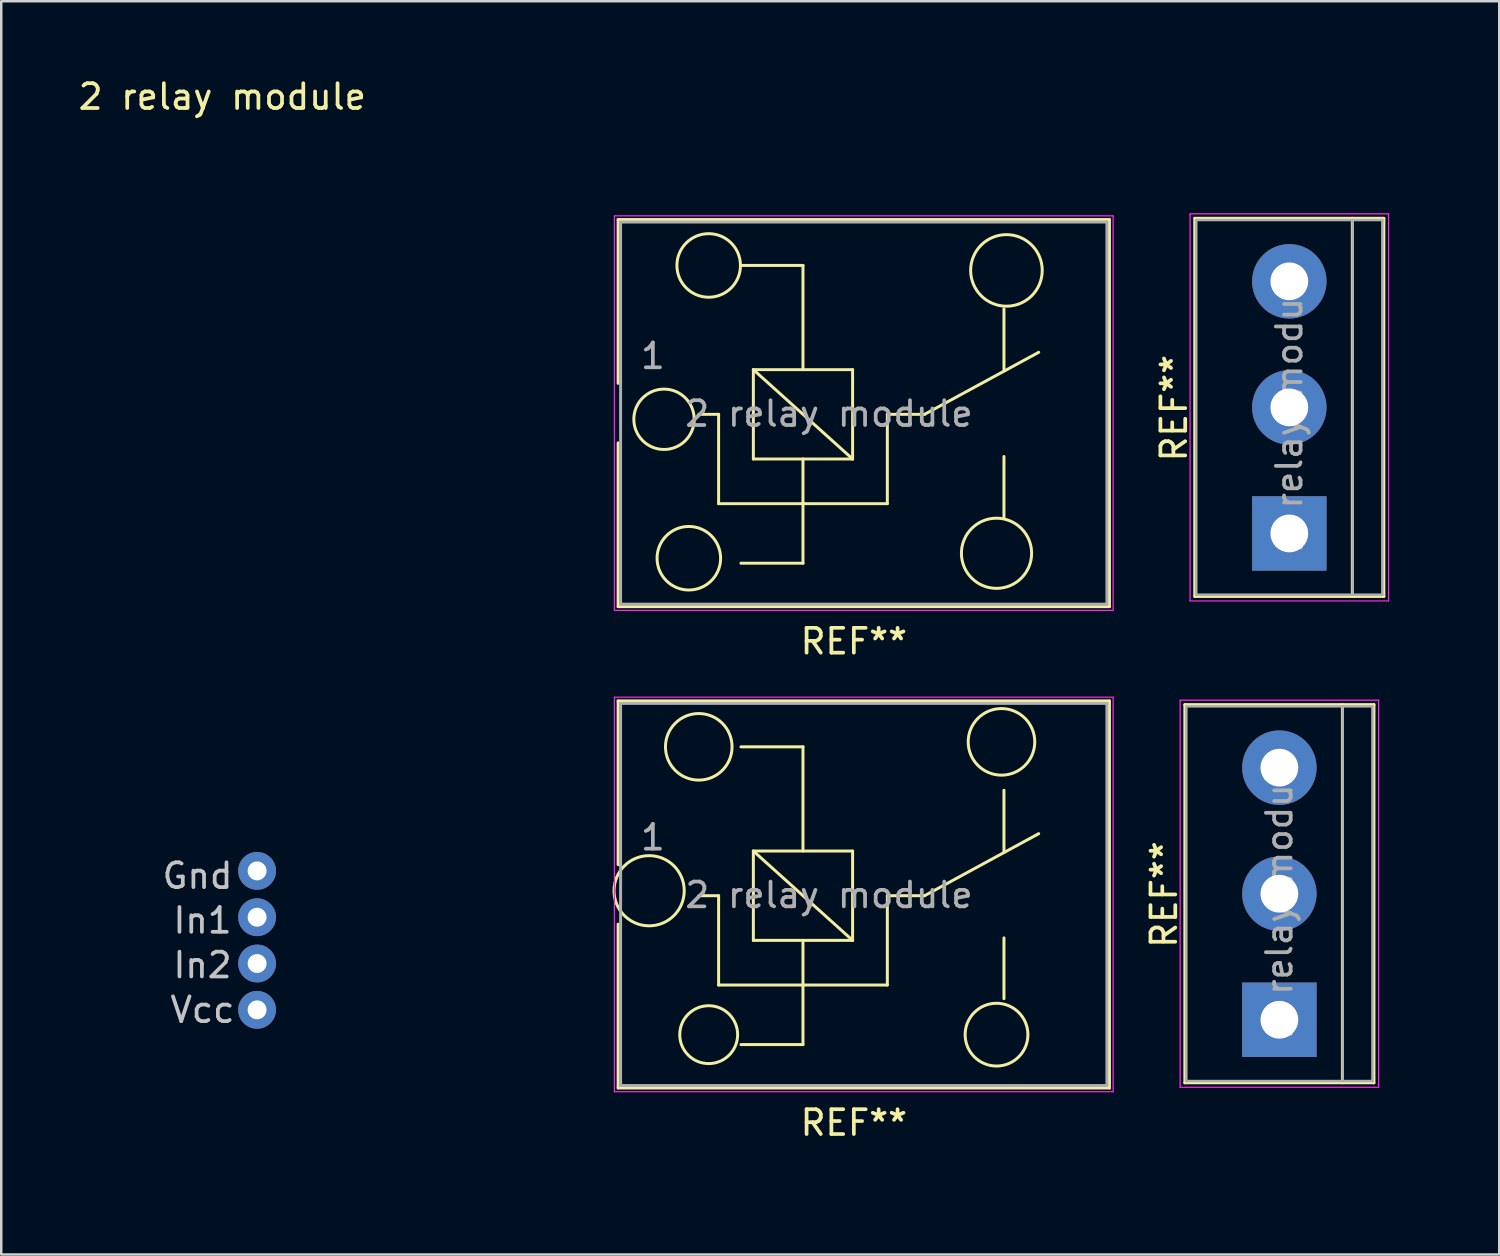
<source format=kicad_pcb>
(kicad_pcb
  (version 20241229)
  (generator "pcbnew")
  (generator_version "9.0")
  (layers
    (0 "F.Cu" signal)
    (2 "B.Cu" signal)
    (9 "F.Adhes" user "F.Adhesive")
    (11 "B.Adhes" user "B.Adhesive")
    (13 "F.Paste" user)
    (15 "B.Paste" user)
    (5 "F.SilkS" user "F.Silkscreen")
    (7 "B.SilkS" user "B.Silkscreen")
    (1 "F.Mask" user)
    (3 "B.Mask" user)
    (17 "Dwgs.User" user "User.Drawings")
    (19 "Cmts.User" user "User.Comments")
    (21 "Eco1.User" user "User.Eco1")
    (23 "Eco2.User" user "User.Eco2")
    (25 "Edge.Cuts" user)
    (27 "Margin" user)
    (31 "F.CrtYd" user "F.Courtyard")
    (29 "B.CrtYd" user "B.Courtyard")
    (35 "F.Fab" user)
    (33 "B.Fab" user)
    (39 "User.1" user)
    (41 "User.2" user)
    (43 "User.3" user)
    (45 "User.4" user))
  (footprint "2 relay module"
    (layer "F.Cu")
    (at 3.311 3.448)
    (property "Reference" "2 relay module" (at 2.6 -2.6 0) (layer "F.SilkS") (effects (font (size 1 1) (thickness 0.15))))
    (attr through_hole)
    (fp_line (start 18.55 2.35) (end 18.55 8.95) (stroke (width 0.12) (type solid)) (layer "F.SilkS"))
    (fp_line (start 18.55 2.35) (end 38.35 2.35) (stroke (width 0.12) (type solid)) (layer "F.SilkS"))
    (fp_line (start 18.55 11.35) (end 18.55 17.95) (stroke (width 0.12) (type solid)) (layer "F.SilkS"))
    (fp_line (start 18.55 21.75) (end 18.55 28.35) (stroke (width 0.12) (type solid)) (layer "F.SilkS"))
    (fp_line (start 18.55 21.75) (end 38.35 21.75) (stroke (width 0.12) (type solid)) (layer "F.SilkS"))
    (fp_line (start 18.55 30.75) (end 18.55 37.35) (stroke (width 0.12) (type solid)) (layer "F.SilkS"))
    (fp_line (start 22.6 10.2) (end 21.8 10.2) (stroke (width 0.12) (type solid)) (layer "F.SilkS"))
    (fp_line (start 22.6 10.2) (end 22.6 13.8) (stroke (width 0.12) (type solid)) (layer "F.SilkS"))
    (fp_line (start 22.6 29.6) (end 21.8 29.6) (stroke (width 0.12) (type solid)) (layer "F.SilkS"))
    (fp_line (start 22.6 29.6) (end 22.6 33.2) (stroke (width 0.12) (type solid)) (layer "F.SilkS"))
    (fp_line (start 23.5 16.2) (end 26 16.2) (stroke (width 0.12) (type solid)) (layer "F.SilkS"))
    (fp_line (start 23.5 35.6) (end 26 35.6) (stroke (width 0.12) (type solid)) (layer "F.SilkS"))
    (fp_line (start 24 8.4) (end 28 8.4) (stroke (width 0.12) (type solid)) (layer "F.SilkS"))
    (fp_line (start 24 12) (end 24 8.4) (stroke (width 0.12) (type solid)) (layer "F.SilkS"))
    (fp_line (start 24 27.8) (end 28 27.8) (stroke (width 0.12) (type solid)) (layer "F.SilkS"))
    (fp_line (start 24 31.4) (end 24 27.8) (stroke (width 0.12) (type solid)) (layer "F.SilkS"))
    (fp_line (start 26 4.2) (end 23.5 4.2) (stroke (width 0.12) (type solid)) (layer "F.SilkS"))
    (fp_line (start 26 4.2) (end 26 8.4) (stroke (width 0.12) (type solid)) (layer "F.SilkS"))
    (fp_line (start 26 12) (end 26 16.2) (stroke (width 0.12) (type solid)) (layer "F.SilkS"))
    (fp_line (start 26 23.6) (end 23.5 23.6) (stroke (width 0.12) (type solid)) (layer "F.SilkS"))
    (fp_line (start 26 23.6) (end 26 27.8) (stroke (width 0.12) (type solid)) (layer "F.SilkS"))
    (fp_line (start 26 31.4) (end 26 35.6) (stroke (width 0.12) (type solid)) (layer "F.SilkS"))
    (fp_line (start 28 8.4) (end 28 12) (stroke (width 0.12) (type solid)) (layer "F.SilkS"))
    (fp_line (start 28 12) (end 24 8.4) (stroke (width 0.12) (type solid)) (layer "F.SilkS"))
    (fp_line (start 28 12) (end 24 12) (stroke (width 0.12) (type solid)) (layer "F.SilkS"))
    (fp_line (start 28 27.8) (end 28 31.4) (stroke (width 0.12) (type solid)) (layer "F.SilkS"))
    (fp_line (start 28 31.4) (end 24 27.8) (stroke (width 0.12) (type solid)) (layer "F.SilkS"))
    (fp_line (start 28 31.4) (end 24 31.4) (stroke (width 0.12) (type solid)) (layer "F.SilkS"))
    (fp_line (start 29.4 10.2) (end 29.4 13.8) (stroke (width 0.12) (type solid)) (layer "F.SilkS"))
    (fp_line (start 29.4 10.2) (end 30.9 10.2) (stroke (width 0.12) (type solid)) (layer "F.SilkS"))
    (fp_line (start 29.4 13.8) (end 22.6 13.8) (stroke (width 0.12) (type solid)) (layer "F.SilkS"))
    (fp_line (start 29.4 29.6) (end 29.4 33.2) (stroke (width 0.12) (type solid)) (layer "F.SilkS"))
    (fp_line (start 29.4 29.6) (end 30.9 29.6) (stroke (width 0.12) (type solid)) (layer "F.SilkS"))
    (fp_line (start 29.4 33.2) (end 22.6 33.2) (stroke (width 0.12) (type solid)) (layer "F.SilkS"))
    (fp_line (start 30.9 10.2) (end 35.5 7.7) (stroke (width 0.12) (type solid)) (layer "F.SilkS"))
    (fp_line (start 30.9 29.6) (end 35.5 27.1) (stroke (width 0.12) (type solid)) (layer "F.SilkS"))
    (fp_line (start 34.1 5.95) (end 34.1 8.45) (stroke (width 0.12) (type solid)) (layer "F.SilkS"))
    (fp_line (start 34.1 14.35) (end 34.1 11.9) (stroke (width 0.12) (type solid)) (layer "F.SilkS"))
    (fp_line (start 34.1 25.35) (end 34.1 27.85) (stroke (width 0.12) (type solid)) (layer "F.SilkS"))
    (fp_line (start 34.1 33.75) (end 34.1 31.3) (stroke (width 0.12) (type solid)) (layer "F.SilkS"))
    (fp_line (start 38.35 2.35) (end 38.35 17.95) (stroke (width 0.12) (type solid)) (layer "F.SilkS"))
    (fp_line (start 38.35 17.95) (end 18.55 17.95) (stroke (width 0.12) (type solid)) (layer "F.SilkS"))
    (fp_line (start 38.35 21.75) (end 38.35 37.35) (stroke (width 0.12) (type solid)) (layer "F.SilkS"))
    (fp_line (start 38.35 37.35) (end 18.55 37.35) (stroke (width 0.12) (type solid)) (layer "F.SilkS"))
    (fp_line (start 41.39 37.14) (end 41.39 21.9) (stroke (width 0.12) (type solid)) (layer "F.SilkS"))
    (fp_line (start 41.79 17.54) (end 41.79 2.3) (stroke (width 0.12) (type solid)) (layer "F.SilkS"))
    (fp_line (start 47.74 37.14) (end 47.74 21.9) (stroke (width 0.12) (type solid)) (layer "F.SilkS"))
    (fp_line (start 48.14 17.54) (end 48.14 2.3) (stroke (width 0.12) (type solid)) (layer "F.SilkS"))
    (fp_line (start 49.01 21.9) (end 41.39 21.9) (stroke (width 0.12) (type solid)) (layer "F.SilkS"))
    (fp_line (start 49.01 37.14) (end 41.39 37.14) (stroke (width 0.12) (type solid)) (layer "F.SilkS"))
    (fp_line (start 49.01 37.14) (end 49.01 21.9) (stroke (width 0.12) (type solid)) (layer "F.SilkS"))
    (fp_line (start 49.41 2.3) (end 41.79 2.3) (stroke (width 0.12) (type solid)) (layer "F.SilkS"))
    (fp_line (start 49.41 17.54) (end 41.79 17.54) (stroke (width 0.12) (type solid)) (layer "F.SilkS"))
    (fp_line (start 49.41 17.54) (end 49.41 2.3) (stroke (width 0.12) (type solid)) (layer "F.SilkS"))
    (fp_circle (center 19.8 29.4) (end 21.2 29.6) (stroke (width 0.12) (type solid)) (fill no) (layer "F.SilkS"))
    (fp_circle (center 20.4 10.4) (end 20.6 11.6) (stroke (width 0.12) (type solid)) (fill no) (layer "F.SilkS"))
    (fp_circle (center 21.4 16) (end 22.4 16.8) (stroke (width 0.12) (type solid)) (fill no) (layer "F.SilkS"))
    (fp_circle (center 21.8 23.6) (end 23 24.2) (stroke (width 0.12) (type solid)) (fill no) (layer "F.SilkS"))
    (fp_circle (center 22.2 4.2) (end 21.2 5) (stroke (width 0.12) (type solid)) (fill no) (layer "F.SilkS"))
    (fp_circle (center 22.2 35.2) (end 23.2 35.8) (stroke (width 0.12) (type solid)) (fill no) (layer "F.SilkS"))
    (fp_circle (center 33.8 15.8) (end 34.8 16.8) (stroke (width 0.12) (type solid)) (fill no) (layer "F.SilkS"))
    (fp_circle (center 33.8 35.2) (end 35 35.6) (stroke (width 0.12) (type solid)) (fill no) (layer "F.SilkS"))
    (fp_circle (center 34 23.4) (end 34.6 24.6) (stroke (width 0.12) (type solid)) (fill no) (layer "F.SilkS"))
    (fp_circle (center 34.2 4.4) (end 33 5.2) (stroke (width 0.12) (type solid)) (fill no) (layer "F.SilkS"))
    (fp_line (start 0 0) (end 0 41) (stroke (width 0.12) (type solid)) (layer "Eco2.User"))
    (fp_line (start 0 41) (end 51 41) (stroke (width 0.12) (type solid)) (layer "Eco2.User"))
    (fp_line (start 51 0) (end 0 0) (stroke (width 0.12) (type solid)) (layer "Eco2.User"))
    (fp_line (start 51 41) (end 51 0) (stroke (width 0.12) (type solid)) (layer "Eco2.User"))
    (fp_line (start 18.4 18.1) (end 18.4 2.2) (stroke (width 0.05) (type solid)) (layer "F.CrtYd"))
    (fp_line (start 18.4 18.1) (end 38.5 18.1) (stroke (width 0.05) (type solid)) (layer "F.CrtYd"))
    (fp_line (start 18.4 37.5) (end 18.4 21.6) (stroke (width 0.05) (type solid)) (layer "F.CrtYd"))
    (fp_line (start 18.4 37.5) (end 38.5 37.5) (stroke (width 0.05) (type solid)) (layer "F.CrtYd"))
    (fp_line (start 38.5 2.2) (end 18.4 2.2) (stroke (width 0.05) (type solid)) (layer "F.CrtYd"))
    (fp_line (start 38.5 2.2) (end 38.5 18.1) (stroke (width 0.05) (type solid)) (layer "F.CrtYd"))
    (fp_line (start 38.5 21.6) (end 18.4 21.6) (stroke (width 0.05) (type solid)) (layer "F.CrtYd"))
    (fp_line (start 38.5 21.6) (end 38.5 37.5) (stroke (width 0.05) (type solid)) (layer "F.CrtYd"))
    (fp_line (start 41.2 37.32) (end 41.2 21.72) (stroke (width 0.05) (type solid)) (layer "F.CrtYd"))
    (fp_line (start 41.2 37.32) (end 49.2 37.32) (stroke (width 0.05) (type solid)) (layer "F.CrtYd"))
    (fp_line (start 41.6 17.72) (end 41.6 2.12) (stroke (width 0.05) (type solid)) (layer "F.CrtYd"))
    (fp_line (start 41.6 17.72) (end 49.6 17.72) (stroke (width 0.05) (type solid)) (layer "F.CrtYd"))
    (fp_line (start 49.2 21.72) (end 41.2 21.72) (stroke (width 0.05) (type solid)) (layer "F.CrtYd"))
    (fp_line (start 49.2 21.72) (end 49.2 37.32) (stroke (width 0.05) (type solid)) (layer "F.CrtYd"))
    (fp_line (start 49.6 2.12) (end 41.6 2.12) (stroke (width 0.05) (type solid)) (layer "F.CrtYd"))
    (fp_line (start 49.6 2.12) (end 49.6 17.72) (stroke (width 0.05) (type solid)) (layer "F.CrtYd"))
    (fp_line (start 18.65 2.45) (end 38.25 2.45) (stroke (width 0.12) (type solid)) (layer "F.Fab"))
    (fp_line (start 18.65 17.85) (end 18.65 2.45) (stroke (width 0.12) (type solid)) (layer "F.Fab"))
    (fp_line (start 18.65 21.85) (end 38.25 21.85) (stroke (width 0.12) (type solid)) (layer "F.Fab"))
    (fp_line (start 18.65 37.25) (end 18.65 21.85) (stroke (width 0.12) (type solid)) (layer "F.Fab"))
    (fp_line (start 38.25 2.45) (end 38.25 17.85) (stroke (width 0.12) (type solid)) (layer "F.Fab"))
    (fp_line (start 38.25 17.85) (end 18.65 17.85) (stroke (width 0.12) (type solid)) (layer "F.Fab"))
    (fp_line (start 38.25 21.85) (end 38.25 37.25) (stroke (width 0.12) (type solid)) (layer "F.Fab"))
    (fp_line (start 38.25 37.25) (end 18.65 37.25) (stroke (width 0.12) (type solid)) (layer "F.Fab"))
    (fp_line (start 41.45 21.97) (end 48.95 21.97) (stroke (width 0.1) (type solid)) (layer "F.Fab"))
    (fp_line (start 41.45 37.07) (end 41.45 21.97) (stroke (width 0.1) (type solid)) (layer "F.Fab"))
    (fp_line (start 41.85 2.37) (end 49.35 2.37) (stroke (width 0.1) (type solid)) (layer "F.Fab"))
    (fp_line (start 41.85 17.47) (end 41.85 2.37) (stroke (width 0.1) (type solid)) (layer "F.Fab"))
    (fp_line (start 47.75 37.07) (end 47.75 21.97) (stroke (width 0.1) (type solid)) (layer "F.Fab"))
    (fp_line (start 48.15 17.47) (end 48.15 2.37) (stroke (width 0.1) (type solid)) (layer "F.Fab"))
    (fp_line (start 48.95 21.97) (end 48.95 37.07) (stroke (width 0.1) (type solid)) (layer "F.Fab"))
    (fp_line (start 48.95 37.07) (end 41.45 37.07) (stroke (width 0.1) (type solid)) (layer "F.Fab"))
    (fp_line (start 49.35 2.37) (end 49.35 17.47) (stroke (width 0.1) (type solid)) (layer "F.Fab"))
    (fp_line (start 49.35 17.47) (end 41.85 17.47) (stroke (width 0.1) (type solid)) (layer "F.Fab"))
    (fp_text user "REF**" (at 28.05 38.75 0) (layer "F.SilkS") (effects (font (size 1 1) (thickness 0.15))))
    (fp_text user "REF**" (at 40.95 9.95 90) (layer "F.SilkS") (effects (font (size 1 1) (thickness 0.15))))
    (fp_text user "REF**" (at 28.05 19.35 0) (layer "F.SilkS") (effects (font (size 1 1) (thickness 0.15))))
    (fp_text user "REF**" (at 40.55 29.55 90) (layer "F.SilkS") (effects (font (size 1 1) (thickness 0.15))))
    (fp_text user "Gnd" (at 1.6 28.8 180) (layer "Dwgs.User") (effects (font (size 1 1) (thickness 0.15))))
    (fp_text user "In1" (at 1.8 30.6 180) (layer "Dwgs.User") (effects (font (size 1 1) (thickness 0.15))))
    (fp_text user "Vcc" (at 1.8 34.2 0) (layer "Dwgs.User") (effects (font (size 1 1) (thickness 0.15))))
    (fp_text user "In2" (at 1.8 32.4 180) (layer "Dwgs.User") (effects (font (size 1 1) (thickness 0.15))))
    (fp_text user "${REFERENCE}" (at 45.2 29.52 90) (layer "F.Fab") (effects (font (size 1 1) (thickness 0.15))))
    (fp_text user "1" (at 19.95 27.25 0) (layer "F.Fab") (effects (font (size 1 1) (thickness 0.15))))
    (fp_text user "${REFERENCE}" (at 27.05 29.575 0) (layer "F.Fab") (effects (font (size 1 1) (thickness 0.15))))
    (fp_text user "${REFERENCE}" (at 45.6 9.92 90) (layer "F.Fab") (effects (font (size 1 1) (thickness 0.15))))
    (fp_text user "1" (at 19.95 7.85 0) (layer "F.Fab") (effects (font (size 1 1) (thickness 0.15))))
    (fp_text user "${REFERENCE}" (at 27.05 10.175 0) (layer "F.Fab") (effects (font (size 1 1) (thickness 0.15))))
    (pad "1" thru_hole circle (at 4 28.6) (size 1.524 1.524) (drill 0.762) (layers "*.Cu" "*.Mask"))
    (pad "1" thru_hole rect (at 45.2 34.6 90) (size 3 3) (drill 1.52) (layers "*.Cu" "*.Mask"))
    (pad "1" thru_hole rect (at 45.6 15 90) (size 3 3) (drill 1.52) (layers "*.Cu" "*.Mask"))
    (pad "2" thru_hole circle (at 4 30.467) (size 1.524 1.524) (drill 0.762) (layers "*.Cu" "*.Mask"))
    (pad "2" thru_hole circle (at 45.2 29.52 90) (size 3 3) (drill 1.52) (layers "*.Cu" "*.Mask"))
    (pad "2" thru_hole circle (at 45.6 9.92 90) (size 3 3) (drill 1.52) (layers "*.Cu" "*.Mask"))
    (pad "3" thru_hole circle (at 4 32.333) (size 1.524 1.524) (drill 0.762) (layers "*.Cu" "*.Mask"))
    (pad "3" thru_hole circle (at 45.2 24.44 90) (size 3 3) (drill 1.52) (layers "*.Cu" "*.Mask"))
    (pad "3" thru_hole circle (at 45.6 4.84 90) (size 3 3) (drill 1.52) (layers "*.Cu" "*.Mask"))
    (pad "4" thru_hole circle (at 4 34.2) (size 1.524 1.524) (drill 0.762) (layers "*.Cu" "*.Mask")))
  (gr_rect
    (start -3 -3)
    (end 57.371 47.508)
    (stroke (width 0.1) (type default))
    (fill no)
    (layer "Edge.Cuts")))
</source>
